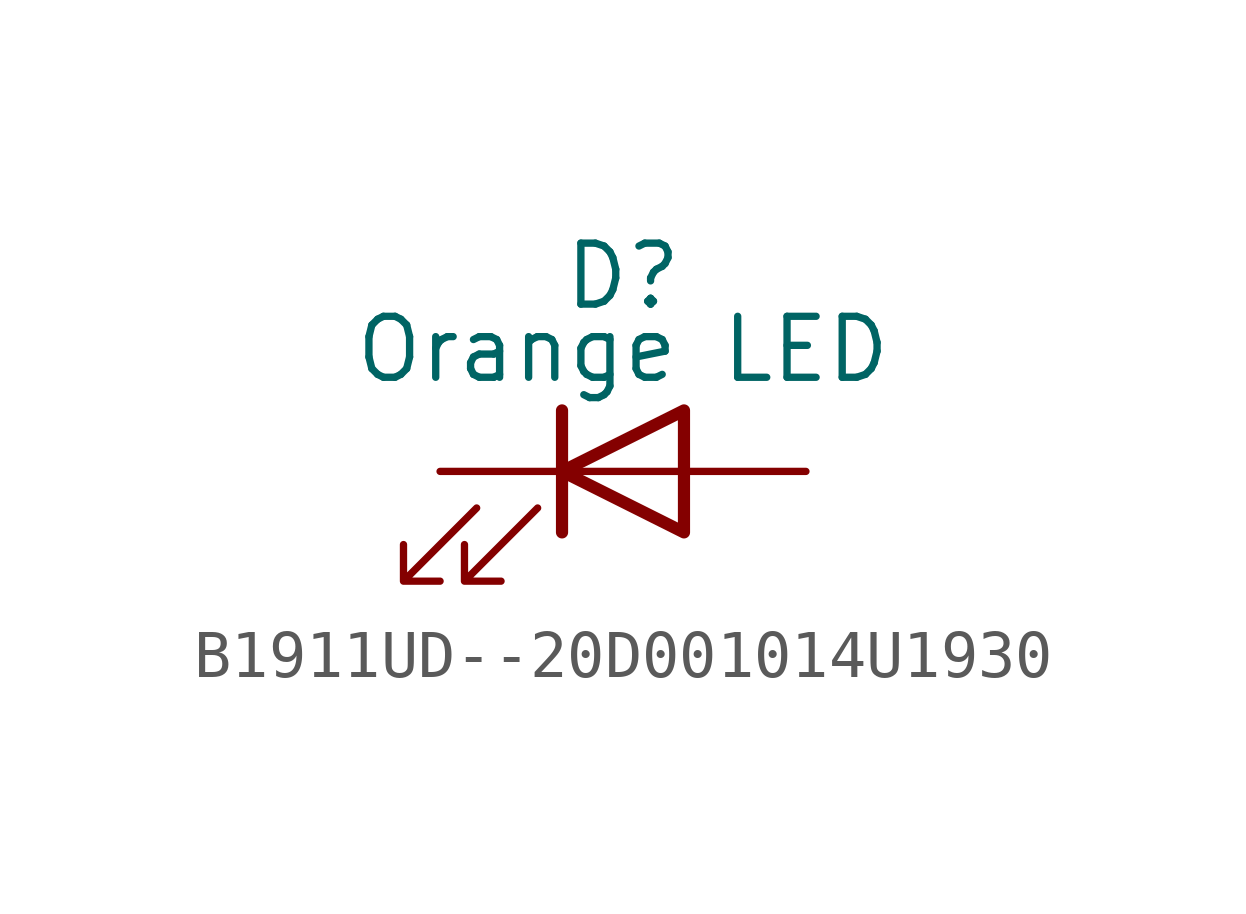
<source format=kicad_sym>
(kicad_symbol_lib
  (version 20241209)
  (generator "kicad_symbol_editor")
  (generator_version "9.0")
  (symbol "B1911UD--20D001014U1930"
    (property "Reference" "D"
      (at 0 4.064 0)
      (effects (font (size 1.27 1.27))))
    (property "Value" "Orange LED"
      (at 0 2.54 0)
      (effects (font (size 1.27 1.27))))
    (symbol "B1911UD--20D001014U1930_0_1"
      (polyline (pts (xy -3.048 -0.762) (xy -4.572 -2.286) (xy -3.81 -2.286) (xy -4.572 -2.286) (xy -4.572 -1.524)) (stroke (width 0) (type default)) (fill (type none)))
      (polyline (pts (xy -1.778 -0.762) (xy -3.302 -2.286) (xy -2.54 -2.286) (xy -3.302 -2.286) (xy -3.302 -1.524)) (stroke (width 0) (type default)) (fill (type none)))
      (polyline (pts (xy -1.27 0) (xy 1.27 0)) (stroke (width 0) (type default)) (fill (type none)))
      (polyline (pts (xy -1.27 -1.27) (xy -1.27 1.27)) (stroke (width 0.254) (type default)) (fill (type none)))
      (polyline (pts (xy 1.27 -1.27) (xy 1.27 1.27) (xy -1.27 0) (xy 1.27 -1.27)) (stroke (width 0.254) (type default)) (fill (type none))))
    (symbol "B1911UD--20D001014U1930_1_1"
      (pin passive line (at -3.81 0 0) (length 2.54) (name "K" (effects (font (size 0 0)))) (number "1" (effects (font (size 0 0)))))
      (pin passive line (at 3.81 0 180) (length 2.54) (name "A" (effects (font (size 0 0)))) (number "2" (effects (font (size 0 0))))))))
</source>
